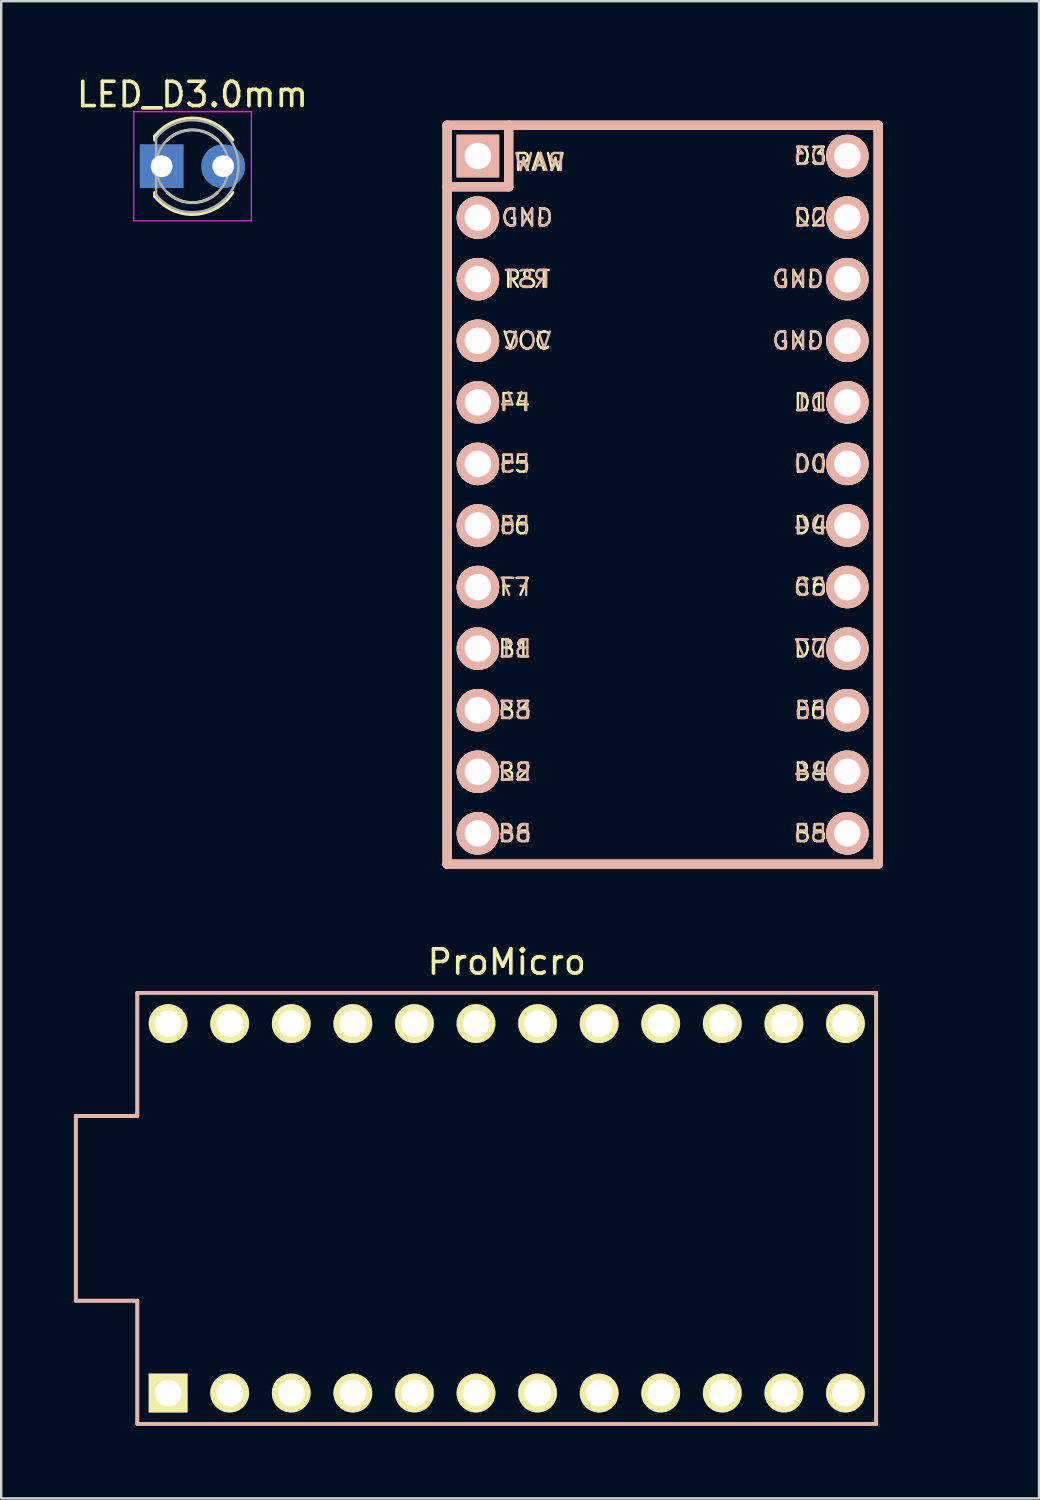
<source format=kicad_pcb>
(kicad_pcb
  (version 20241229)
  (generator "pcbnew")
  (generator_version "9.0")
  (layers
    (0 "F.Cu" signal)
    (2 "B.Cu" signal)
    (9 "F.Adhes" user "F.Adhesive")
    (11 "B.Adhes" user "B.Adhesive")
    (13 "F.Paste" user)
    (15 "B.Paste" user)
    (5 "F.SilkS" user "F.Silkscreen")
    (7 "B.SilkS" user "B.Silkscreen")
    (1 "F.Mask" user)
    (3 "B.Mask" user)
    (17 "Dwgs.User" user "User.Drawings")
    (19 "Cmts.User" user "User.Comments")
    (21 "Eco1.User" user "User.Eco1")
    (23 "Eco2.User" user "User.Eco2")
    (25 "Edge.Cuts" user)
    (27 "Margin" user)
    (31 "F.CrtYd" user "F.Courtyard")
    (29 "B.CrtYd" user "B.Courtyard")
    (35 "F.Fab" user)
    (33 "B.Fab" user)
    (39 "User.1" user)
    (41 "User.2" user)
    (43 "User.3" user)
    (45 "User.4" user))
  (footprint "Pro_Micro_ergotravel"
    (layer "F.Cu")
    (at 24.284 15.832)
    (property "Reference" "Pro_Micro_ergotravel" (at 0.508 -14.732 0) (layer "Eco1.User") (effects (font (size 1.27 1.524) (thickness 0.203))))
    (attr through_hole)
    (fp_line (start -8.89 -13.716) (end -8.89 16.764) (stroke (width 0.381) (type solid)) (layer "F.SilkS"))
    (fp_line (start -8.89 16.764) (end 8.89 16.764) (stroke (width 0.381) (type solid)) (layer "F.SilkS"))
    (fp_line (start -6.35 -13.716) (end -6.35 -11.176) (stroke (width 0.381) (type solid)) (layer "F.SilkS"))
    (fp_line (start -6.35 -11.176) (end -8.89 -11.176) (stroke (width 0.381) (type solid)) (layer "F.SilkS"))
    (fp_line (start 8.89 -13.716) (end -8.89 -13.716) (stroke (width 0.381) (type solid)) (layer "F.SilkS"))
    (fp_line (start 8.89 16.764) (end 8.89 -13.716) (stroke (width 0.381) (type solid)) (layer "F.SilkS"))
    (fp_line (start -8.89 -13.716) (end -8.89 16.764) (stroke (width 0.381) (type solid)) (layer "B.SilkS"))
    (fp_line (start -8.89 16.764) (end 8.89 16.764) (stroke (width 0.381) (type solid)) (layer "B.SilkS"))
    (fp_line (start -6.35 -13.716) (end -6.35 -11.176) (stroke (width 0.381) (type solid)) (layer "B.SilkS"))
    (fp_line (start -6.35 -11.176) (end -8.89 -11.176) (stroke (width 0.381) (type solid)) (layer "B.SilkS"))
    (fp_line (start 8.89 -13.716) (end -8.89 -13.716) (stroke (width 0.381) (type solid)) (layer "B.SilkS"))
    (fp_line (start 8.89 16.764) (end 8.89 -13.716) (stroke (width 0.381) (type solid)) (layer "B.SilkS"))
    (fp_text user "D1" (at 6.096 -2.286 0) (layer "F.SilkS") (effects (font (size 0.7 0.7) (thickness 0.1))))
    (fp_text user "F7" (at -6.096 5.334 0) (layer "F.SilkS") (effects (font (size 0.7 0.7) (thickness 0.1))))
    (fp_text user "B2" (at -6.096 12.954 0) (layer "F.SilkS") (effects (font (size 0.7 0.7) (thickness 0.1))))
    (fp_text user "D7" (at 6.096 7.874 0) (layer "F.SilkS") (effects (font (size 0.7 0.7) (thickness 0.1))))
    (fp_text user "GND" (at -5.588 -9.906 0) (layer "F.SilkS") (effects (font (size 0.7 0.7) (thickness 0.1))))
    (fp_text user "RST" (at -5.588 -7.366 0) (layer "F.SilkS") (effects (font (size 0.7 0.7) (thickness 0.1))))
    (fp_text user "F6" (at -6.096 2.794 0) (layer "F.SilkS") (effects (font (size 0.7 0.7) (thickness 0.1))))
    (fp_text user "B5" (at 6.096 15.494 0) (layer "F.SilkS") (effects (font (size 0.7 0.7) (thickness 0.1))))
    (fp_text user "RAW" (at -5.08 -12.192 0) (layer "F.SilkS") (effects (font (size 0.7 0.7) (thickness 0.1))))
    (fp_text user "VCC" (at -5.588 -4.826 0) (layer "F.SilkS") (effects (font (size 0.7 0.7) (thickness 0.1))))
    (fp_text user "D0" (at 6.096 0.254 0) (layer "F.SilkS") (effects (font (size 0.7 0.7) (thickness 0.1))))
    (fp_text user "F5" (at -6.096 0.254 0) (layer "F.SilkS") (effects (font (size 0.7 0.7) (thickness 0.1))))
    (fp_text user "D3" (at 6.096 -12.446 0) (layer "F.SilkS") (effects (font (size 0.7 0.7) (thickness 0.1))))
    (fp_text user "B3" (at -6.096 10.414 0) (layer "F.SilkS") (effects (font (size 0.7 0.7) (thickness 0.1))))
    (fp_text user "B4" (at 6.096 12.954 0) (layer "F.SilkS") (effects (font (size 0.7 0.7) (thickness 0.1))))
    (fp_text user "F4" (at -6.096 -2.286 0) (layer "F.SilkS") (effects (font (size 0.7 0.7) (thickness 0.1))))
    (fp_text user "B1" (at -6.096 7.874 0) (layer "F.SilkS") (effects (font (size 0.7 0.7) (thickness 0.1))))
    (fp_text user "D4" (at 6.096 2.794 0) (layer "F.SilkS") (effects (font (size 0.7 0.7) (thickness 0.1))))
    (fp_text user "D2" (at 6.096 -9.906 0) (layer "F.SilkS") (effects (font (size 0.7 0.7) (thickness 0.1))))
    (fp_text user "E6" (at 6.096 10.414 0) (layer "F.SilkS") (effects (font (size 0.7 0.7) (thickness 0.1))))
    (fp_text user "GND" (at 5.588 -4.826 0) (layer "F.SilkS") (effects (font (size 0.7 0.7) (thickness 0.1))))
    (fp_text user "GND" (at 5.588 -7.366 0) (layer "F.SilkS") (effects (font (size 0.7 0.7) (thickness 0.1))))
    (fp_text user "C6" (at 6.096 5.334 0) (layer "F.SilkS") (effects (font (size 0.7 0.7) (thickness 0.1))))
    (fp_text user "B6" (at -6.096 15.494 0) (layer "F.SilkS") (effects (font (size 0.7 0.7) (thickness 0.1))))
    (fp_text user "GND" (at 5.588 -4.826 0) (layer "B.SilkS") (effects (font (size 0.7 0.7) (thickness 0.1)) (justify mirror)))
    (fp_text user "F5" (at -6.096 0.254 0) (layer "B.SilkS") (effects (font (size 0.7 0.7) (thickness 0.1)) (justify mirror)))
    (fp_text user "B4" (at 6.096 12.954 0) (layer "B.SilkS") (effects (font (size 0.7 0.7) (thickness 0.1)) (justify mirror)))
    (fp_text user "VCC" (at -5.588 -4.826 0) (layer "B.SilkS") (effects (font (size 0.7 0.7) (thickness 0.1)) (justify mirror)))
    (fp_text user "B5" (at 6.096 15.494 0) (layer "B.SilkS") (effects (font (size 0.7 0.7) (thickness 0.1)) (justify mirror)))
    (fp_text user "B6" (at -6.096 15.494 0) (layer "B.SilkS") (effects (font (size 0.7 0.7) (thickness 0.1)) (justify mirror)))
    (fp_text user "D2" (at 6.096 -9.906 0) (layer "B.SilkS") (effects (font (size 0.7 0.7) (thickness 0.1)) (justify mirror)))
    (fp_text user "RST" (at -5.588 -7.366 0) (layer "B.SilkS") (effects (font (size 0.7 0.7) (thickness 0.1)) (justify mirror)))
    (fp_text user "F7" (at -6.096 5.334 0) (layer "B.SilkS") (effects (font (size 0.7 0.7) (thickness 0.1)) (justify mirror)))
    (fp_text user "D4" (at 6.096 2.794 0) (layer "B.SilkS") (effects (font (size 0.7 0.7) (thickness 0.1)) (justify mirror)))
    (fp_text user "D1" (at 6.096 -2.286 0) (layer "B.SilkS") (effects (font (size 0.7 0.7) (thickness 0.1)) (justify mirror)))
    (fp_text user "F4" (at -6.096 -2.286 0) (layer "B.SilkS") (effects (font (size 0.7 0.7) (thickness 0.1)) (justify mirror)))
    (fp_text user "B1" (at -6.096 7.874 0) (layer "B.SilkS") (effects (font (size 0.7 0.7) (thickness 0.1)) (justify mirror)))
    (fp_text user "B3" (at -6.096 10.414 0) (layer "B.SilkS") (effects (font (size 0.7 0.7) (thickness 0.1)) (justify mirror)))
    (fp_text user "D7" (at 6.096 7.874 0) (layer "B.SilkS") (effects (font (size 0.7 0.7) (thickness 0.1)) (justify mirror)))
    (fp_text user "GND" (at 5.588 -7.366 0) (layer "B.SilkS") (effects (font (size 0.7 0.7) (thickness 0.1)) (justify mirror)))
    (fp_text user "D3" (at 6.096 -12.446 0) (layer "B.SilkS") (effects (font (size 0.7 0.7) (thickness 0.1)) (justify mirror)))
    (fp_text user "E6" (at 6.096 10.414 0) (layer "B.SilkS") (effects (font (size 0.7 0.7) (thickness 0.1)) (justify mirror)))
    (fp_text user "RAW" (at -5.08 -12.192 0) (layer "B.SilkS") (effects (font (size 0.7 0.7) (thickness 0.1)) (justify mirror)))
    (fp_text user "C6" (at 6.096 5.334 0) (layer "B.SilkS") (effects (font (size 0.7 0.7) (thickness 0.1)) (justify mirror)))
    (fp_text user "B2" (at -6.096 12.954 0) (layer "B.SilkS") (effects (font (size 0.7 0.7) (thickness 0.1)) (justify mirror)))
    (fp_text user "D0" (at 6.096 0.254 0) (layer "B.SilkS") (effects (font (size 0.7 0.7) (thickness 0.1)) (justify mirror)))
    (fp_text user "F6" (at -6.096 2.794 0) (layer "B.SilkS") (effects (font (size 0.7 0.7) (thickness 0.1)) (justify mirror)))
    (fp_text user "GND" (at -5.588 -9.906 0) (layer "B.SilkS") (effects (font (size 0.7 0.7) (thickness 0.1)) (justify mirror)))
    (pad "1" thru_hole rect (at -7.62 -12.446 270) (size 1.753 1.753) (drill 1.092) (layers "*.Cu" "*.SilkS" "*.Mask"))
    (pad "2" thru_hole circle (at -7.62 -9.906 270) (size 1.753 1.753) (drill 1.092) (layers "*.Cu" "*.SilkS" "*.Mask"))
    (pad "3" thru_hole circle (at -7.62 -7.366 270) (size 1.753 1.753) (drill 1.092) (layers "*.Cu" "*.SilkS" "*.Mask"))
    (pad "4" thru_hole circle (at -7.62 -4.826 270) (size 1.753 1.753) (drill 1.092) (layers "*.Cu" "*.SilkS" "*.Mask"))
    (pad "5" thru_hole circle (at -7.62 -2.286 270) (size 1.753 1.753) (drill 1.092) (layers "*.Cu" "*.SilkS" "*.Mask"))
    (pad "6" thru_hole circle (at -7.62 0.254 270) (size 1.753 1.753) (drill 1.092) (layers "*.Cu" "*.SilkS" "*.Mask"))
    (pad "7" thru_hole circle (at -7.62 2.794 270) (size 1.753 1.753) (drill 1.092) (layers "*.Cu" "*.SilkS" "*.Mask"))
    (pad "8" thru_hole circle (at -7.62 5.334 270) (size 1.753 1.753) (drill 1.092) (layers "*.Cu" "*.SilkS" "*.Mask"))
    (pad "9" thru_hole circle (at -7.62 7.874 270) (size 1.753 1.753) (drill 1.092) (layers "*.Cu" "*.SilkS" "*.Mask"))
    (pad "10" thru_hole circle (at -7.62 10.414 270) (size 1.753 1.753) (drill 1.092) (layers "*.Cu" "*.SilkS" "*.Mask"))
    (pad "11" thru_hole circle (at -7.62 12.954 270) (size 1.753 1.753) (drill 1.092) (layers "*.Cu" "*.SilkS" "*.Mask"))
    (pad "12" thru_hole circle (at -7.62 15.494 270) (size 1.753 1.753) (drill 1.092) (layers "*.Cu" "*.SilkS" "*.Mask"))
    (pad "13" thru_hole circle (at 7.62 -12.446 270) (size 1.753 1.753) (drill 1.092) (layers "*.Cu" "*.SilkS" "*.Mask"))
    (pad "14" thru_hole circle (at 7.62 -9.906 270) (size 1.753 1.753) (drill 1.092) (layers "*.Cu" "*.SilkS" "*.Mask"))
    (pad "15" thru_hole circle (at 7.62 -7.366 270) (size 1.753 1.753) (drill 1.092) (layers "*.Cu" "*.SilkS" "*.Mask"))
    (pad "16" thru_hole circle (at 7.62 -4.826 270) (size 1.753 1.753) (drill 1.092) (layers "*.Cu" "*.SilkS" "*.Mask"))
    (pad "17" thru_hole circle (at 7.62 -2.286 270) (size 1.753 1.753) (drill 1.092) (layers "*.Cu" "*.SilkS" "*.Mask"))
    (pad "18" thru_hole circle (at 7.62 0.254 270) (size 1.753 1.753) (drill 1.092) (layers "*.Cu" "*.SilkS" "*.Mask"))
    (pad "19" thru_hole circle (at 7.62 2.794 270) (size 1.753 1.753) (drill 1.092) (layers "*.Cu" "*.SilkS" "*.Mask"))
    (pad "20" thru_hole circle (at 7.62 5.334 270) (size 1.753 1.753) (drill 1.092) (layers "*.Cu" "*.SilkS" "*.Mask"))
    (pad "21" thru_hole circle (at 7.62 7.874 270) (size 1.753 1.753) (drill 1.092) (layers "*.Cu" "*.SilkS" "*.Mask"))
    (pad "22" thru_hole circle (at 7.62 10.414 270) (size 1.753 1.753) (drill 1.092) (layers "*.Cu" "*.SilkS" "*.Mask"))
    (pad "23" thru_hole circle (at 7.62 12.954 270) (size 1.753 1.753) (drill 1.092) (layers "*.Cu" "*.SilkS" "*.Mask"))
    (pad "24" thru_hole circle (at 7.62 15.494 270) (size 1.753 1.753) (drill 1.092) (layers "*.Cu" "*.SilkS" "*.Mask")))
  (footprint "LED_D3.0mm"
    (layer "F.Cu")
    (at 3.617 3.808)
    (property "Reference" "LED_D3.0mm" (at 1.27 -2.96 0) (layer "F.SilkS") (effects (font (size 1 1) (thickness 0.15))))
    (attr through_hole)
    (fp_line (start -0.29 -1.236) (end -0.29 -1.08) (stroke (width 0.12) (type solid)) (layer "F.SilkS"))
    (fp_line (start -0.29 1.08) (end -0.29 1.236) (stroke (width 0.12) (type solid)) (layer "F.SilkS"))
    (fp_arc (start -0.29 -1.235516) (mid 1.366487 -1.987659) (end 2.942335 -1.078608) (stroke (width 0.12) (type solid)) (layer "F.SilkS"))
    (fp_arc (start 0.229039 -1.08) (mid 1.270117 -1.5) (end 2.31113 -1.079837) (stroke (width 0.12) (type solid)) (layer "F.SilkS"))
    (fp_arc (start 2.31113 1.079837) (mid 1.270117 1.5) (end 0.229039 1.08) (stroke (width 0.12) (type solid)) (layer "F.SilkS"))
    (fp_arc (start 2.942335 1.078608) (mid 1.366487 1.987659) (end -0.29 1.235516) (stroke (width 0.12) (type solid)) (layer "F.SilkS"))
    (fp_line (start -1.15 -2.25) (end -1.15 2.25) (stroke (width 0.05) (type solid)) (layer "F.CrtYd"))
    (fp_line (start -1.15 2.25) (end 3.7 2.25) (stroke (width 0.05) (type solid)) (layer "F.CrtYd"))
    (fp_line (start 3.7 -2.25) (end -1.15 -2.25) (stroke (width 0.05) (type solid)) (layer "F.CrtYd"))
    (fp_line (start 3.7 2.25) (end 3.7 -2.25) (stroke (width 0.05) (type solid)) (layer "F.CrtYd"))
    (fp_line (start -0.23 -1.166) (end -0.23 1.166) (stroke (width 0.1) (type solid)) (layer "F.Fab"))
    (fp_arc (start -0.23 -1.16619) (mid 3.17 0.000452) (end -0.230555 1.165476) (stroke (width 0.1) (type solid)) (layer "F.Fab"))
    (fp_circle (center 1.27 0) (end 2.77 0) (stroke (width 0.1) (type solid)) (fill no) (layer "F.Fab"))
    (pad "1" thru_hole rect (at 0 0) (size 1.8 1.8) (drill 0.9) (layers "*.Cu" "*.Mask"))
    (pad "2" thru_hole circle (at 2.54 0) (size 1.8 1.8) (drill 0.9) (layers "*.Cu" "*.Mask")))
  (footprint "ProMicro"
    (layer "F.Cu")
    (at 17.855 46.794)
    (property "Reference" "ProMicro" (at 0 -10.16 0) (layer "F.SilkS") (effects (font (size 1 1) (thickness 0.15))))
    (attr through_hole)
    (fp_line (start -17.78 -3.81) (end -15.24 -3.81) (stroke (width 0.15) (type solid)) (layer "F.SilkS"))
    (fp_line (start -17.78 3.81) (end -17.78 -3.81) (stroke (width 0.15) (type solid)) (layer "F.SilkS"))
    (fp_line (start -15.24 -8.89) (end 15.24 -8.89) (stroke (width 0.15) (type solid)) (layer "F.SilkS"))
    (fp_line (start -15.24 -3.81) (end -15.24 -8.89) (stroke (width 0.15) (type solid)) (layer "F.SilkS"))
    (fp_line (start -15.24 3.81) (end -17.78 3.81) (stroke (width 0.15) (type solid)) (layer "F.SilkS"))
    (fp_line (start -15.24 8.89) (end -15.24 3.81) (stroke (width 0.15) (type solid)) (layer "F.SilkS"))
    (fp_line (start -15.24 8.89) (end 15.24 8.89) (stroke (width 0.15) (type solid)) (layer "F.SilkS"))
    (fp_line (start 15.24 -8.89) (end 15.24 8.89) (stroke (width 0.15) (type solid)) (layer "F.SilkS"))
    (fp_line (start -17.78 -3.81) (end -15.24 -3.81) (stroke (width 0.15) (type solid)) (layer "B.SilkS"))
    (fp_line (start -17.78 3.81) (end -17.78 -3.81) (stroke (width 0.15) (type solid)) (layer "B.SilkS"))
    (fp_line (start -15.24 -8.89) (end 15.24 -8.89) (stroke (width 0.15) (type solid)) (layer "B.SilkS"))
    (fp_line (start -15.24 -3.81) (end -15.24 -8.89) (stroke (width 0.15) (type solid)) (layer "B.SilkS"))
    (fp_line (start -15.24 3.81) (end -17.78 3.81) (stroke (width 0.15) (type solid)) (layer "B.SilkS"))
    (fp_line (start -15.24 8.89) (end -15.24 3.81) (stroke (width 0.15) (type solid)) (layer "B.SilkS"))
    (fp_line (start 15.24 -8.89) (end 15.24 8.89) (stroke (width 0.15) (type solid)) (layer "B.SilkS"))
    (fp_line (start 15.24 8.89) (end -15.24 8.89) (stroke (width 0.15) (type solid)) (layer "B.SilkS"))
    (pad "1" thru_hole rect (at -13.97 7.62) (size 1.6 1.6) (drill 1.1) (layers "*.Cu" "*.Mask" "F.SilkS"))
    (pad "2" thru_hole circle (at -11.43 7.62) (size 1.6 1.6) (drill 1.1) (layers "*.Cu" "*.Mask" "F.SilkS"))
    (pad "3" thru_hole circle (at -8.89 7.62) (size 1.6 1.6) (drill 1.1) (layers "*.Cu" "*.Mask" "F.SilkS"))
    (pad "4" thru_hole circle (at -6.35 7.62) (size 1.6 1.6) (drill 1.1) (layers "*.Cu" "*.Mask" "F.SilkS"))
    (pad "5" thru_hole circle (at -3.81 7.62) (size 1.6 1.6) (drill 1.1) (layers "*.Cu" "*.Mask" "F.SilkS"))
    (pad "6" thru_hole circle (at -1.27 7.62) (size 1.6 1.6) (drill 1.1) (layers "*.Cu" "*.Mask" "F.SilkS"))
    (pad "7" thru_hole circle (at 1.27 7.62) (size 1.6 1.6) (drill 1.1) (layers "*.Cu" "*.Mask" "F.SilkS"))
    (pad "8" thru_hole circle (at 3.81 7.62) (size 1.6 1.6) (drill 1.1) (layers "*.Cu" "*.Mask" "F.SilkS"))
    (pad "9" thru_hole circle (at 6.35 7.62) (size 1.6 1.6) (drill 1.1) (layers "*.Cu" "*.Mask" "F.SilkS"))
    (pad "10" thru_hole circle (at 8.89 7.62) (size 1.6 1.6) (drill 1.1) (layers "*.Cu" "*.Mask" "F.SilkS"))
    (pad "11" thru_hole circle (at 11.43 7.62) (size 1.6 1.6) (drill 1.1) (layers "*.Cu" "*.Mask" "F.SilkS"))
    (pad "12" thru_hole circle (at 13.97 7.62) (size 1.6 1.6) (drill 1.1) (layers "*.Cu" "*.Mask" "F.SilkS"))
    (pad "13" thru_hole circle (at 13.97 -7.62) (size 1.6 1.6) (drill 1.1) (layers "*.Cu" "*.Mask" "F.SilkS"))
    (pad "14" thru_hole circle (at 11.43 -7.62) (size 1.6 1.6) (drill 1.1) (layers "*.Cu" "*.Mask" "F.SilkS"))
    (pad "15" thru_hole circle (at 8.89 -7.62) (size 1.6 1.6) (drill 1.1) (layers "*.Cu" "*.Mask" "F.SilkS"))
    (pad "16" thru_hole circle (at 6.35 -7.62) (size 1.6 1.6) (drill 1.1) (layers "*.Cu" "*.Mask" "F.SilkS"))
    (pad "17" thru_hole circle (at 3.81 -7.62) (size 1.6 1.6) (drill 1.1) (layers "*.Cu" "*.Mask" "F.SilkS"))
    (pad "18" thru_hole circle (at 1.27 -7.62) (size 1.6 1.6) (drill 1.1) (layers "*.Cu" "*.Mask" "F.SilkS"))
    (pad "19" thru_hole circle (at -1.27 -7.62) (size 1.6 1.6) (drill 1.1) (layers "*.Cu" "*.Mask" "F.SilkS"))
    (pad "20" thru_hole circle (at -3.81 -7.62) (size 1.6 1.6) (drill 1.1) (layers "*.Cu" "*.Mask" "F.SilkS"))
    (pad "21" thru_hole circle (at -6.35 -7.62) (size 1.6 1.6) (drill 1.1) (layers "*.Cu" "*.Mask" "F.SilkS"))
    (pad "22" thru_hole circle (at -8.89 -7.62) (size 1.6 1.6) (drill 1.1) (layers "*.Cu" "*.Mask" "F.SilkS"))
    (pad "23" thru_hole circle (at -11.43 -7.62) (size 1.6 1.6) (drill 1.1) (layers "*.Cu" "*.Mask" "F.SilkS"))
    (pad "24" thru_hole circle (at -13.97 -7.62) (size 1.6 1.6) (drill 1.1) (layers "*.Cu" "*.Mask" "F.SilkS")))
  (gr_rect
    (start -3 -3)
    (end 39.809 58.759)
    (stroke (width 0.1) (type default))
    (fill no)
    (layer "Edge.Cuts")))
</source>
